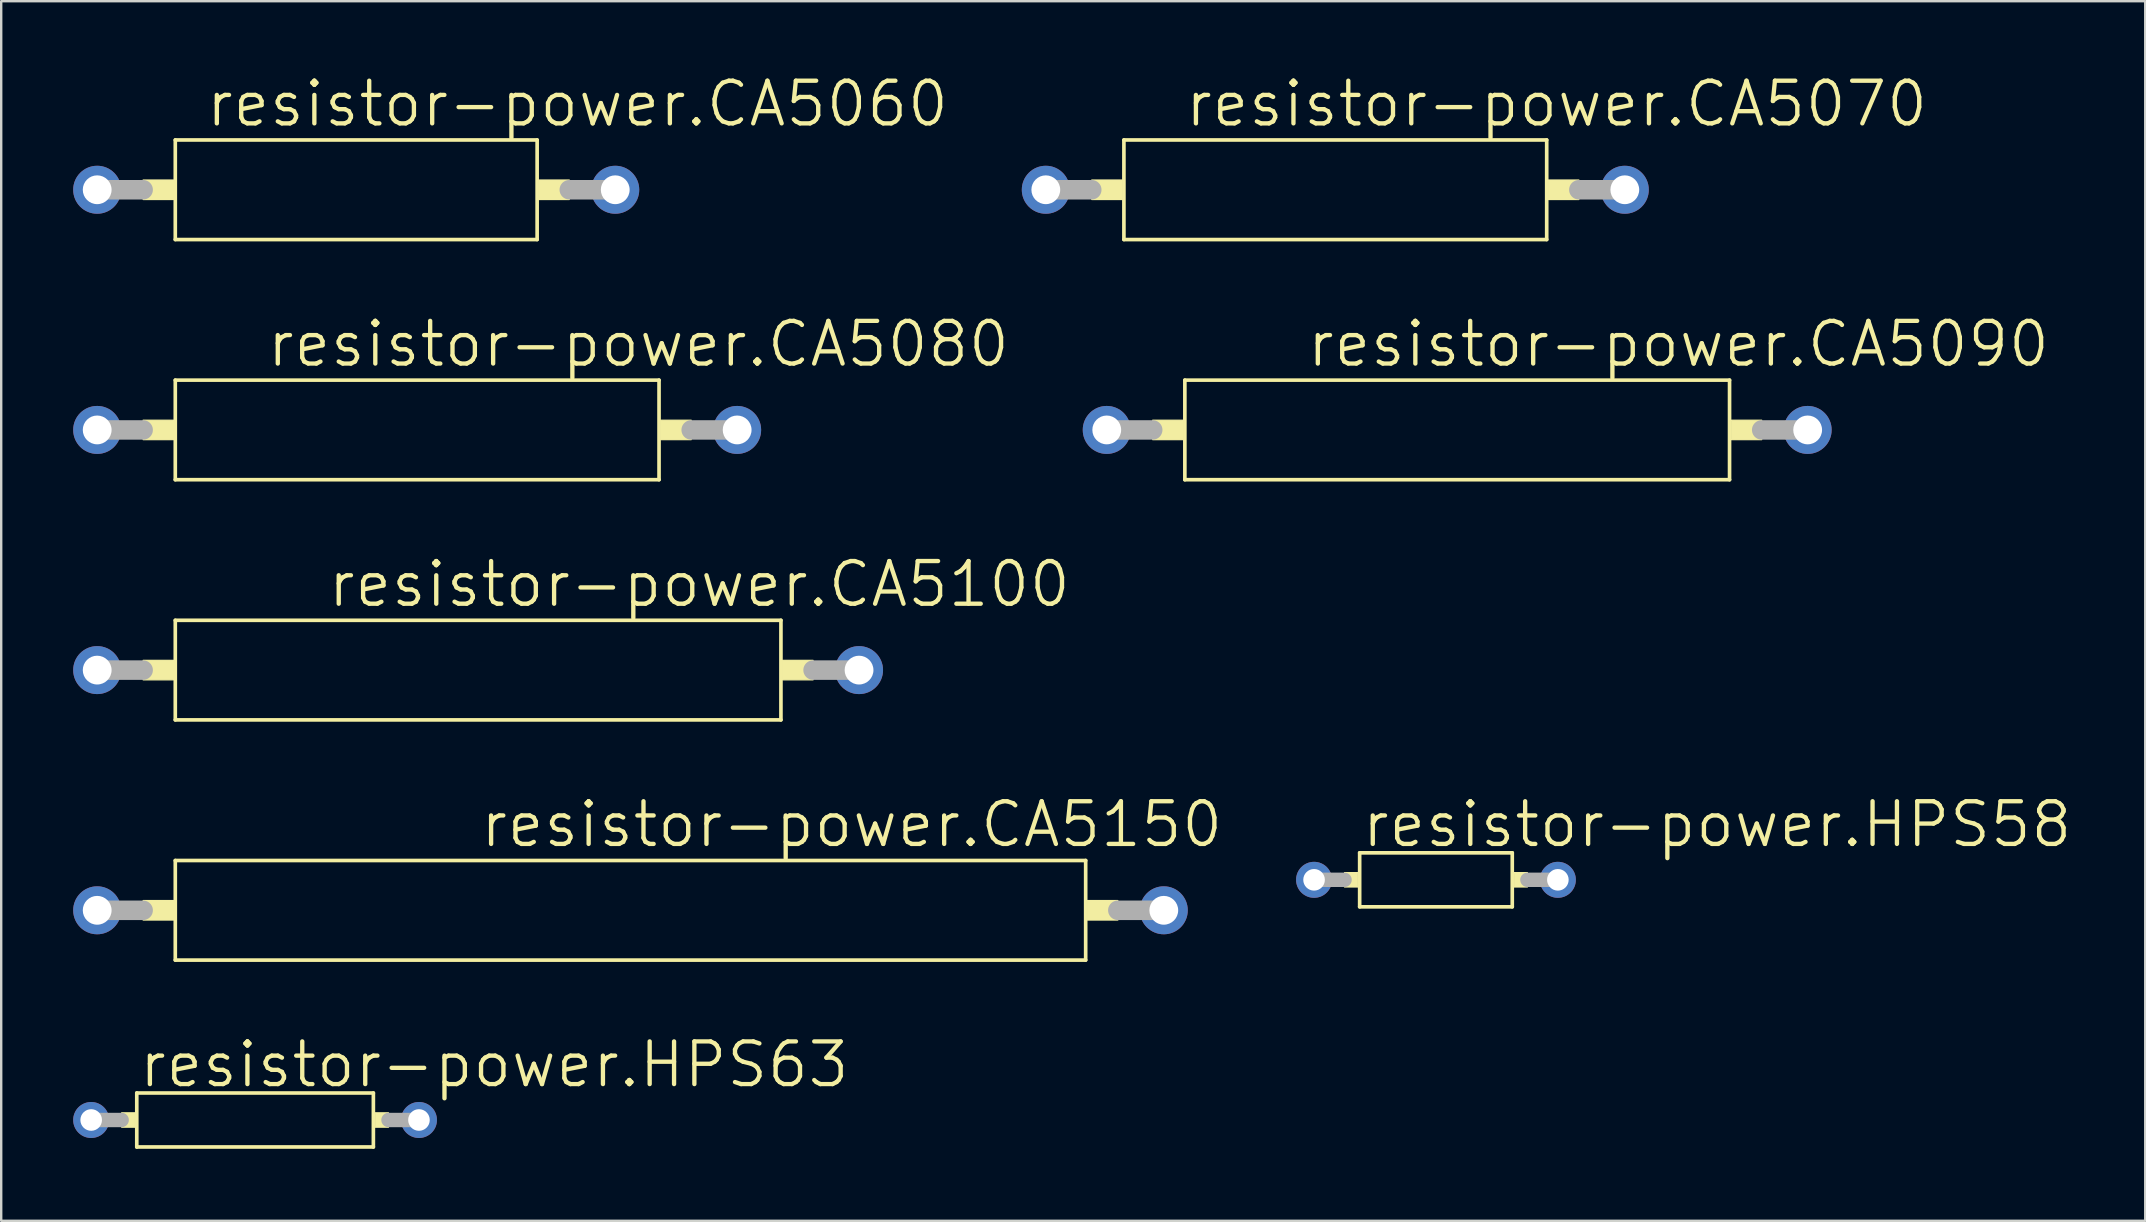
<source format=kicad_pcb>
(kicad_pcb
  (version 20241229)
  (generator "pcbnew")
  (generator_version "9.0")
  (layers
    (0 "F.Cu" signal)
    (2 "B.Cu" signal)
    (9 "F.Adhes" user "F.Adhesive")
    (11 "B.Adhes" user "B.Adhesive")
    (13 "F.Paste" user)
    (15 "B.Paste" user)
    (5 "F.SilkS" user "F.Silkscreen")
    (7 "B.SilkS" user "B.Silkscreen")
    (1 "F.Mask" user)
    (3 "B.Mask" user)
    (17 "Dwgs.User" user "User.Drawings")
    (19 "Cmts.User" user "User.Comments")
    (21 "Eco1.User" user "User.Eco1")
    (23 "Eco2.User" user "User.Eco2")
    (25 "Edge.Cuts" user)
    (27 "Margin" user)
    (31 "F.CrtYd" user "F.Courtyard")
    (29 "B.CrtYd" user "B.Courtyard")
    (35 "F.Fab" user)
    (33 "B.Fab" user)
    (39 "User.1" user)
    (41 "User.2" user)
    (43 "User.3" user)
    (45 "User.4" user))
  (footprint "resistor-power.CA5090"
    (layer "F.Cu")
    (at 57.678 14.867)
    (property "Reference" "resistor-power.CA5090" (at -6.35 -2.54 0) (layer "F.SilkS") (effects (font (size 1.778 1.778) (thickness 0.18)) (justify left bottom)))
    (attr through_hole)
    (fp_line (start -11.35 -2.075) (end -11.35 2.075) (stroke (width 0.152) (type default)) (layer "F.SilkS"))
    (fp_line (start -11.35 2.075) (end 11.35 2.075) (stroke (width 0.152) (type default)) (layer "F.SilkS"))
    (fp_line (start 11.35 -2.075) (end -11.35 -2.075) (stroke (width 0.152) (type default)) (layer "F.SilkS"))
    (fp_line (start 11.35 2.075) (end 11.35 -2.075) (stroke (width 0.152) (type default)) (layer "F.SilkS"))
    (fp_rect (start -12.69 0.406) (end -11.42 -0.406) (stroke (width 0.05) (type default)) (fill yes) (layer "F.SilkS"))
    (fp_rect (start 11.42 0.406) (end 12.69 -0.406) (stroke (width 0.05) (type default)) (fill yes) (layer "F.SilkS"))
    (fp_line (start -14.605 0) (end -12.69 0) (stroke (width 0.813) (type default)) (layer "F.Fab"))
    (fp_line (start 12.69 0) (end 14.605 0) (stroke (width 0.813) (type default)) (layer "F.Fab"))
    (pad "1" thru_hole circle (at -14.605 0) (size 2 2) (drill 1.2) (layers "*.Cu" "*.Mask"))
    (pad "2" thru_hole circle (at 14.605 0) (size 2 2) (drill 1.2) (layers "*.Cu" "*.Mask")))
  (footprint "resistor-power.HPS58"
    (layer "F.Cu")
    (at 56.793 33.616)
    (property "Reference" "resistor-power.HPS58" (at -3.175 -1.27 0) (layer "F.SilkS") (effects (font (size 1.778 1.778) (thickness 0.18)) (justify left bottom)))
    (attr through_hole)
    (fp_line (start -3.18 -1.125) (end -3.18 1.125) (stroke (width 0.152) (type default)) (layer "F.SilkS"))
    (fp_line (start -3.18 1.125) (end 3.18 1.125) (stroke (width 0.152) (type default)) (layer "F.SilkS"))
    (fp_line (start 3.18 -1.125) (end -3.18 -1.125) (stroke (width 0.152) (type default)) (layer "F.SilkS"))
    (fp_line (start 3.18 1.125) (end 3.18 -1.125) (stroke (width 0.152) (type default)) (layer "F.SilkS"))
    (fp_rect (start -3.81 0.3) (end -3.255 -0.3) (stroke (width 0.05) (type default)) (fill yes) (layer "F.SilkS"))
    (fp_rect (start 3.255 0.3) (end 3.81 -0.3) (stroke (width 0.05) (type default)) (fill yes) (layer "F.SilkS"))
    (fp_line (start -5.08 0) (end -3.81 0) (stroke (width 0.6) (type default)) (layer "F.Fab"))
    (fp_line (start 3.81 0) (end 5.08 0) (stroke (width 0.6) (type default)) (layer "F.Fab"))
    (pad "1" thru_hole circle (at -5.08 0) (size 1.5 1.5) (drill 0.9) (layers "*.Cu" "*.Mask"))
    (pad "2" thru_hole circle (at 5.08 0) (size 1.5 1.5) (drill 0.9) (layers "*.Cu" "*.Mask")))
  (footprint "resistor-power.CA5100"
    (layer "F.Cu")
    (at 16.875 24.876)
    (property "Reference" "resistor-power.CA5100" (at -6.35 -2.54 0) (layer "F.SilkS") (effects (font (size 1.778 1.778) (thickness 0.18)) (justify left bottom)))
    (attr through_hole)
    (fp_line (start -12.62 -2.075) (end -12.62 2.075) (stroke (width 0.152) (type default)) (layer "F.SilkS"))
    (fp_line (start -12.62 2.075) (end 12.62 2.075) (stroke (width 0.152) (type default)) (layer "F.SilkS"))
    (fp_line (start 12.62 -2.075) (end -12.62 -2.075) (stroke (width 0.152) (type default)) (layer "F.SilkS"))
    (fp_line (start 12.62 2.075) (end 12.62 -2.075) (stroke (width 0.152) (type default)) (layer "F.SilkS"))
    (fp_rect (start -13.96 0.406) (end -12.69 -0.406) (stroke (width 0.05) (type default)) (fill yes) (layer "F.SilkS"))
    (fp_rect (start 12.69 0.406) (end 13.96 -0.406) (stroke (width 0.05) (type default)) (fill yes) (layer "F.SilkS"))
    (fp_line (start -15.875 0) (end -13.96 0) (stroke (width 0.813) (type default)) (layer "F.Fab"))
    (fp_line (start 13.96 0) (end 15.875 0) (stroke (width 0.813) (type default)) (layer "F.Fab"))
    (pad "1" thru_hole circle (at -15.875 0) (size 2 2) (drill 1.2) (layers "*.Cu" "*.Mask"))
    (pad "2" thru_hole circle (at 15.875 0) (size 2 2) (drill 1.2) (layers "*.Cu" "*.Mask")))
  (footprint "resistor-power.CA5150"
    (layer "F.Cu")
    (at 23.225 34.886)
    (property "Reference" "resistor-power.CA5150" (at -6.35 -2.54 0) (layer "F.SilkS") (effects (font (size 1.778 1.778) (thickness 0.18)) (justify left bottom)))
    (attr through_hole)
    (fp_line (start -18.97 -2.075) (end -18.97 2.075) (stroke (width 0.152) (type default)) (layer "F.SilkS"))
    (fp_line (start -18.97 2.075) (end 18.97 2.075) (stroke (width 0.152) (type default)) (layer "F.SilkS"))
    (fp_line (start 18.97 -2.075) (end -18.97 -2.075) (stroke (width 0.152) (type default)) (layer "F.SilkS"))
    (fp_line (start 18.97 2.075) (end 18.97 -2.075) (stroke (width 0.152) (type default)) (layer "F.SilkS"))
    (fp_rect (start -20.31 0.406) (end -19.04 -0.406) (stroke (width 0.05) (type default)) (fill yes) (layer "F.SilkS"))
    (fp_rect (start 19.04 0.406) (end 20.31 -0.406) (stroke (width 0.05) (type default)) (fill yes) (layer "F.SilkS"))
    (fp_line (start -22.225 0) (end -20.31 0) (stroke (width 0.813) (type default)) (layer "F.Fab"))
    (fp_line (start 20.31 0) (end 22.225 0) (stroke (width 0.813) (type default)) (layer "F.Fab"))
    (pad "1" thru_hole circle (at -22.225 0) (size 2 2) (drill 1.2) (layers "*.Cu" "*.Mask"))
    (pad "2" thru_hole circle (at 22.225 0) (size 2 2) (drill 1.2) (layers "*.Cu" "*.Mask")))
  (footprint "resistor-power.CA5080"
    (layer "F.Cu")
    (at 14.335 14.867)
    (property "Reference" "resistor-power.CA5080" (at -6.35 -2.54 0) (layer "F.SilkS") (effects (font (size 1.778 1.778) (thickness 0.18)) (justify left bottom)))
    (attr through_hole)
    (fp_line (start -10.08 -2.075) (end -10.08 2.075) (stroke (width 0.152) (type default)) (layer "F.SilkS"))
    (fp_line (start -10.08 2.075) (end 10.08 2.075) (stroke (width 0.152) (type default)) (layer "F.SilkS"))
    (fp_line (start 10.08 -2.075) (end -10.08 -2.075) (stroke (width 0.152) (type default)) (layer "F.SilkS"))
    (fp_line (start 10.08 2.075) (end 10.08 -2.075) (stroke (width 0.152) (type default)) (layer "F.SilkS"))
    (fp_rect (start -11.42 0.406) (end -10.15 -0.406) (stroke (width 0.05) (type default)) (fill yes) (layer "F.SilkS"))
    (fp_rect (start 10.15 0.406) (end 11.42 -0.406) (stroke (width 0.05) (type default)) (fill yes) (layer "F.SilkS"))
    (fp_line (start -13.335 0) (end -11.42 0) (stroke (width 0.813) (type default)) (layer "F.Fab"))
    (fp_line (start 11.42 0) (end 13.335 0) (stroke (width 0.813) (type default)) (layer "F.Fab"))
    (pad "1" thru_hole circle (at -13.335 0) (size 2 2) (drill 1.2) (layers "*.Cu" "*.Mask"))
    (pad "2" thru_hole circle (at 13.335 0) (size 2 2) (drill 1.2) (layers "*.Cu" "*.Mask")))
  (footprint "resistor-power.HPS63"
    (layer "F.Cu")
    (at 7.58 43.625)
    (property "Reference" "resistor-power.HPS63" (at -4.925 -1.27 0) (layer "F.SilkS") (effects (font (size 1.778 1.778) (thickness 0.18)) (justify left bottom)))
    (attr through_hole)
    (fp_line (start -4.93 -1.125) (end -4.93 1.125) (stroke (width 0.152) (type default)) (layer "F.SilkS"))
    (fp_line (start -4.93 1.125) (end 4.93 1.125) (stroke (width 0.152) (type default)) (layer "F.SilkS"))
    (fp_line (start 4.93 -1.125) (end -4.93 -1.125) (stroke (width 0.152) (type default)) (layer "F.SilkS"))
    (fp_line (start 4.93 1.125) (end 4.93 -1.125) (stroke (width 0.152) (type default)) (layer "F.SilkS"))
    (fp_rect (start -5.56 0.3) (end -5.005 -0.3) (stroke (width 0.05) (type default)) (fill yes) (layer "F.SilkS"))
    (fp_rect (start 5.005 0.3) (end 5.56 -0.3) (stroke (width 0.05) (type default)) (fill yes) (layer "F.SilkS"))
    (fp_line (start -6.83 0) (end -5.56 0) (stroke (width 0.6) (type default)) (layer "F.Fab"))
    (fp_line (start 5.56 0) (end 6.83 0) (stroke (width 0.6) (type default)) (layer "F.Fab"))
    (pad "1" thru_hole circle (at -6.83 0) (size 1.5 1.5) (drill 0.9) (layers "*.Cu" "*.Mask"))
    (pad "2" thru_hole circle (at 6.83 0) (size 1.5 1.5) (drill 0.9) (layers "*.Cu" "*.Mask")))
  (footprint "resistor-power.CA5070"
    (layer "F.Cu")
    (at 52.598 4.858)
    (property "Reference" "resistor-power.CA5070" (at -6.35 -2.54 0) (layer "F.SilkS") (effects (font (size 1.778 1.778) (thickness 0.18)) (justify left bottom)))
    (attr through_hole)
    (fp_line (start -8.81 -2.075) (end -8.81 2.075) (stroke (width 0.152) (type default)) (layer "F.SilkS"))
    (fp_line (start -8.81 2.075) (end 8.81 2.075) (stroke (width 0.152) (type default)) (layer "F.SilkS"))
    (fp_line (start 8.81 -2.075) (end -8.81 -2.075) (stroke (width 0.152) (type default)) (layer "F.SilkS"))
    (fp_line (start 8.81 2.075) (end 8.81 -2.075) (stroke (width 0.152) (type default)) (layer "F.SilkS"))
    (fp_rect (start -10.15 0.406) (end -8.88 -0.406) (stroke (width 0.05) (type default)) (fill yes) (layer "F.SilkS"))
    (fp_rect (start 8.88 0.406) (end 10.15 -0.406) (stroke (width 0.05) (type default)) (fill yes) (layer "F.SilkS"))
    (fp_line (start -12.065 0) (end -10.15 0) (stroke (width 0.813) (type default)) (layer "F.Fab"))
    (fp_line (start 10.15 0) (end 12.065 0) (stroke (width 0.813) (type default)) (layer "F.Fab"))
    (pad "1" thru_hole circle (at -12.065 0) (size 2 2) (drill 1.2) (layers "*.Cu" "*.Mask"))
    (pad "2" thru_hole circle (at 12.065 0) (size 2 2) (drill 1.2) (layers "*.Cu" "*.Mask")))
  (footprint "resistor-power.CA5060"
    (layer "F.Cu")
    (at 11.795 4.858)
    (property "Reference" "resistor-power.CA5060" (at -6.35 -2.54 0) (layer "F.SilkS") (effects (font (size 1.778 1.778) (thickness 0.18)) (justify left bottom)))
    (attr through_hole)
    (fp_line (start -7.54 -2.075) (end -7.54 2.075) (stroke (width 0.152) (type default)) (layer "F.SilkS"))
    (fp_line (start -7.54 2.075) (end 7.54 2.075) (stroke (width 0.152) (type default)) (layer "F.SilkS"))
    (fp_line (start 7.54 -2.075) (end -7.54 -2.075) (stroke (width 0.152) (type default)) (layer "F.SilkS"))
    (fp_line (start 7.54 2.075) (end 7.54 -2.075) (stroke (width 0.152) (type default)) (layer "F.SilkS"))
    (fp_rect (start -8.88 0.406) (end -7.61 -0.406) (stroke (width 0.05) (type default)) (fill yes) (layer "F.SilkS"))
    (fp_rect (start 7.61 0.406) (end 8.88 -0.406) (stroke (width 0.05) (type default)) (fill yes) (layer "F.SilkS"))
    (fp_line (start -10.795 0) (end -8.88 0) (stroke (width 0.813) (type default)) (layer "F.Fab"))
    (fp_line (start 8.88 0) (end 10.795 0) (stroke (width 0.813) (type default)) (layer "F.Fab"))
    (pad "1" thru_hole circle (at -10.795 0) (size 2 2) (drill 1.2) (layers "*.Cu" "*.Mask"))
    (pad "2" thru_hole circle (at 10.795 0) (size 2 2) (drill 1.2) (layers "*.Cu" "*.Mask")))
  (gr_rect
    (start -3 -3)
    (end 86.351 47.826)
    (stroke (width 0.1) (type default))
    (fill no)
    (layer "Edge.Cuts")))
</source>
